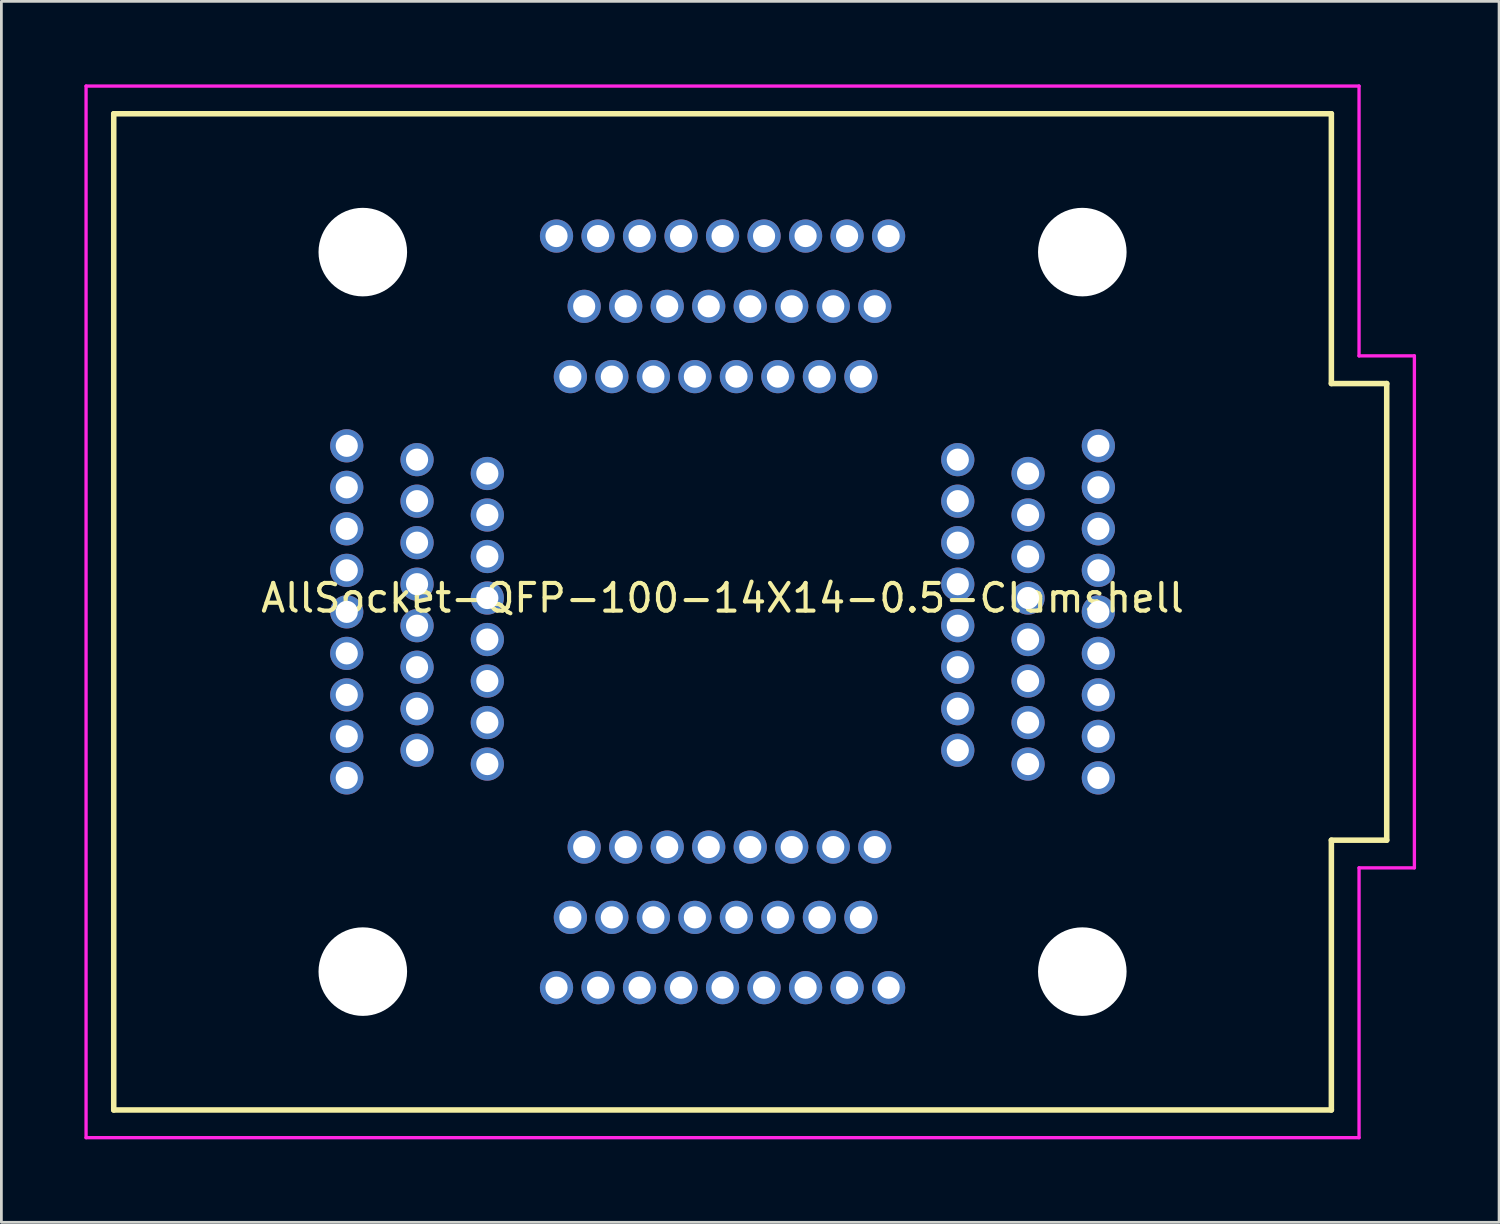
<source format=kicad_pcb>
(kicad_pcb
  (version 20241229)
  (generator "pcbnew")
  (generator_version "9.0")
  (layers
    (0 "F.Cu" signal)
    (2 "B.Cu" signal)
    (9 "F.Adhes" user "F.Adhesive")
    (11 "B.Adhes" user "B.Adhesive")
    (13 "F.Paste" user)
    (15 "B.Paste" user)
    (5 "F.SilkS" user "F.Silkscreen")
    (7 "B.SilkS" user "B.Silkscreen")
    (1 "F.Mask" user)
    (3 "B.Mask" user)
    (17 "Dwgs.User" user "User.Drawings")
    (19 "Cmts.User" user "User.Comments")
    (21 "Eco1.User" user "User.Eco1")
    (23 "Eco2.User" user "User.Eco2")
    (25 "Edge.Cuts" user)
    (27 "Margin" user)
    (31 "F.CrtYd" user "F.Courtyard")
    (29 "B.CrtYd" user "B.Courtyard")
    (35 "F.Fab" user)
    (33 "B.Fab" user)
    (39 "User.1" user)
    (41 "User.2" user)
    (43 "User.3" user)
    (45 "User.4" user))
  (footprint "AllSocket-QFP-100-14X14-0.5-Clamshell"
    (layer "F.Cu")
    (at 23.06 19.06)
    (property "Reference" "AllSocket-QFP-100-14X14-0.5-Clamshell" (at 0 -0.5 0) (unlocked yes) (layer "F.SilkS") (effects (font (size 1 1) (thickness 0.15))))
    (attr through_hole)
    (fp_line (start -22 -18) (end 22 -18) (stroke (width 0.2) (type default)) (layer "F.SilkS"))
    (fp_line (start -22 18) (end -22 -18) (stroke (width 0.2) (type default)) (layer "F.SilkS"))
    (fp_line (start 22 -18) (end 22 -8.25) (stroke (width 0.2) (type default)) (layer "F.SilkS"))
    (fp_line (start 22 -8.25) (end 24 -8.25) (stroke (width 0.2) (type default)) (layer "F.SilkS"))
    (fp_line (start 22 8.25) (end 22 18) (stroke (width 0.2) (type default)) (layer "F.SilkS"))
    (fp_line (start 22 8.25) (end 24 8.25) (stroke (width 0.2) (type default)) (layer "F.SilkS"))
    (fp_line (start 22 18) (end -22 18) (stroke (width 0.2) (type default)) (layer "F.SilkS"))
    (fp_line (start 24 8.25) (end 24 -8.25) (stroke (width 0.2) (type default)) (layer "F.SilkS"))
    (fp_line (start -23 -19) (end 23 -19) (stroke (width 0.12) (type default)) (layer "F.CrtYd"))
    (fp_line (start -23 19) (end -23 -19) (stroke (width 0.12) (type default)) (layer "F.CrtYd"))
    (fp_line (start 23 -19) (end 23 -9.25) (stroke (width 0.12) (type default)) (layer "F.CrtYd"))
    (fp_line (start 23 -9.25) (end 25 -9.25) (stroke (width 0.12) (type default)) (layer "F.CrtYd"))
    (fp_line (start 23 9.25) (end 23 19) (stroke (width 0.12) (type default)) (layer "F.CrtYd"))
    (fp_line (start 23 9.25) (end 25 9.25) (stroke (width 0.12) (type default)) (layer "F.CrtYd"))
    (fp_line (start 23 19) (end -23 19) (stroke (width 0.12) (type default)) (layer "F.CrtYd"))
    (fp_line (start 25 9.25) (end 25 -9.25) (stroke (width 0.12) (type default)) (layer "F.CrtYd"))
    (pad "" np_thru_hole circle (at -13 -13) (size 3.2 3.2) (drill 3.6) (layers "*.Cu" "*.Mask"))
    (pad "" np_thru_hole circle (at -13 13) (size 3.2 3.2) (drill 3.6) (layers "*.Cu" "*.Mask"))
    (pad "" np_thru_hole circle (at 13 -13) (size 3.2 3.2) (drill 3.6) (layers "*.Cu" "*.Mask"))
    (pad "" np_thru_hole circle (at 13 13) (size 3.2 3.2) (drill 3.6) (layers "*.Cu" "*.Mask"))
    (pad "1" thru_hole circle (at -13.58 -6 90) (size 1.2 1.2) (drill 0.8) (layers "*.Cu" "*.Mask"))
    (pad "1" thru_hole circle (at -13.58 -4.5 90) (size 1.2 1.2) (drill 0.8) (layers "*.Cu" "*.Mask"))
    (pad "1" thru_hole circle (at -13.58 -3 90) (size 1.2 1.2) (drill 0.8) (layers "*.Cu" "*.Mask"))
    (pad "1" thru_hole circle (at -13.58 -1.5 90) (size 1.2 1.2) (drill 0.8) (layers "*.Cu" "*.Mask"))
    (pad "1" thru_hole circle (at -13.58 0 90) (size 1.2 1.2) (drill 0.8) (layers "*.Cu" "*.Mask"))
    (pad "1" thru_hole circle (at -13.58 1.5 90) (size 1.2 1.2) (drill 0.8) (layers "*.Cu" "*.Mask"))
    (pad "1" thru_hole circle (at -13.58 3 90) (size 1.2 1.2) (drill 0.8) (layers "*.Cu" "*.Mask"))
    (pad "1" thru_hole circle (at -13.58 4.5 90) (size 1.2 1.2) (drill 0.8) (layers "*.Cu" "*.Mask"))
    (pad "1" thru_hole circle (at -13.58 6 90) (size 1.2 1.2) (drill 0.8) (layers "*.Cu" "*.Mask"))
    (pad "1" thru_hole circle (at -11.04 -5.5 90) (size 1.2 1.2) (drill 0.8) (layers "*.Cu" "*.Mask"))
    (pad "1" thru_hole circle (at -11.04 -4 90) (size 1.2 1.2) (drill 0.8) (layers "*.Cu" "*.Mask"))
    (pad "1" thru_hole circle (at -11.04 -2.5 90) (size 1.2 1.2) (drill 0.8) (layers "*.Cu" "*.Mask"))
    (pad "1" thru_hole circle (at -11.04 -1 90) (size 1.2 1.2) (drill 0.8) (layers "*.Cu" "*.Mask"))
    (pad "1" thru_hole circle (at -11.04 0.5 90) (size 1.2 1.2) (drill 0.8) (layers "*.Cu" "*.Mask"))
    (pad "1" thru_hole circle (at -11.04 2 90) (size 1.2 1.2) (drill 0.8) (layers "*.Cu" "*.Mask"))
    (pad "1" thru_hole circle (at -11.04 3.5 90) (size 1.2 1.2) (drill 0.8) (layers "*.Cu" "*.Mask"))
    (pad "1" thru_hole circle (at -11.04 5 90) (size 1.2 1.2) (drill 0.8) (layers "*.Cu" "*.Mask"))
    (pad "1" thru_hole circle (at -8.5 -5 90) (size 1.2 1.2) (drill 0.8) (layers "*.Cu" "*.Mask"))
    (pad "1" thru_hole circle (at -8.5 -3.5 90) (size 1.2 1.2) (drill 0.8) (layers "*.Cu" "*.Mask"))
    (pad "1" thru_hole circle (at -8.5 -2 90) (size 1.2 1.2) (drill 0.8) (layers "*.Cu" "*.Mask"))
    (pad "1" thru_hole circle (at -8.5 -0.5 90) (size 1.2 1.2) (drill 0.8) (layers "*.Cu" "*.Mask"))
    (pad "1" thru_hole circle (at -8.5 1 90) (size 1.2 1.2) (drill 0.8) (layers "*.Cu" "*.Mask"))
    (pad "1" thru_hole circle (at -8.5 2.5 90) (size 1.2 1.2) (drill 0.8) (layers "*.Cu" "*.Mask"))
    (pad "1" thru_hole circle (at -8.5 4 90) (size 1.2 1.2) (drill 0.8) (layers "*.Cu" "*.Mask"))
    (pad "1" thru_hole circle (at -8.5 5.5 90) (size 1.2 1.2) (drill 0.8) (layers "*.Cu" "*.Mask"))
    (pad "1" thru_hole circle (at -6 -13.58) (size 1.2 1.2) (drill 0.8) (layers "*.Cu" "*.Mask"))
    (pad "1" thru_hole circle (at -6 13.58 180) (size 1.2 1.2) (drill 0.8) (layers "*.Cu" "*.Mask"))
    (pad "1" thru_hole circle (at -5.5 -8.5) (size 1.2 1.2) (drill 0.8) (layers "*.Cu" "*.Mask"))
    (pad "1" thru_hole circle (at -5.5 11.04 180) (size 1.2 1.2) (drill 0.8) (layers "*.Cu" "*.Mask"))
    (pad "1" thru_hole circle (at -5 -11.04) (size 1.2 1.2) (drill 0.8) (layers "*.Cu" "*.Mask"))
    (pad "1" thru_hole circle (at -5 8.5 180) (size 1.2 1.2) (drill 0.8) (layers "*.Cu" "*.Mask"))
    (pad "1" thru_hole circle (at -4.5 -13.58) (size 1.2 1.2) (drill 0.8) (layers "*.Cu" "*.Mask"))
    (pad "1" thru_hole circle (at -4.5 13.58 180) (size 1.2 1.2) (drill 0.8) (layers "*.Cu" "*.Mask"))
    (pad "1" thru_hole circle (at -4 -8.5) (size 1.2 1.2) (drill 0.8) (layers "*.Cu" "*.Mask"))
    (pad "1" thru_hole circle (at -4 11.04 180) (size 1.2 1.2) (drill 0.8) (layers "*.Cu" "*.Mask"))
    (pad "1" thru_hole circle (at -3.5 -11.04) (size 1.2 1.2) (drill 0.8) (layers "*.Cu" "*.Mask"))
    (pad "1" thru_hole circle (at -3.5 8.5 180) (size 1.2 1.2) (drill 0.8) (layers "*.Cu" "*.Mask"))
    (pad "1" thru_hole circle (at -3 -13.58) (size 1.2 1.2) (drill 0.8) (layers "*.Cu" "*.Mask"))
    (pad "1" thru_hole circle (at -3 13.58 180) (size 1.2 1.2) (drill 0.8) (layers "*.Cu" "*.Mask"))
    (pad "1" thru_hole circle (at -2.5 -8.5) (size 1.2 1.2) (drill 0.8) (layers "*.Cu" "*.Mask"))
    (pad "1" thru_hole circle (at -2.5 11.04 180) (size 1.2 1.2) (drill 0.8) (layers "*.Cu" "*.Mask"))
    (pad "1" thru_hole circle (at -2 -11.04) (size 1.2 1.2) (drill 0.8) (layers "*.Cu" "*.Mask"))
    (pad "1" thru_hole circle (at -2 8.5 180) (size 1.2 1.2) (drill 0.8) (layers "*.Cu" "*.Mask"))
    (pad "1" thru_hole circle (at -1.5 -13.58) (size 1.2 1.2) (drill 0.8) (layers "*.Cu" "*.Mask"))
    (pad "1" thru_hole circle (at -1.5 13.58 180) (size 1.2 1.2) (drill 0.8) (layers "*.Cu" "*.Mask"))
    (pad "1" thru_hole circle (at -1 -8.5) (size 1.2 1.2) (drill 0.8) (layers "*.Cu" "*.Mask"))
    (pad "1" thru_hole circle (at -1 11.04 180) (size 1.2 1.2) (drill 0.8) (layers "*.Cu" "*.Mask"))
    (pad "1" thru_hole circle (at -0.5 -11.04) (size 1.2 1.2) (drill 0.8) (layers "*.Cu" "*.Mask"))
    (pad "1" thru_hole circle (at -0.5 8.5 180) (size 1.2 1.2) (drill 0.8) (layers "*.Cu" "*.Mask"))
    (pad "1" thru_hole circle (at 0 -13.58) (size 1.2 1.2) (drill 0.8) (layers "*.Cu" "*.Mask"))
    (pad "1" thru_hole circle (at 0 13.58) (size 1.2 1.2) (drill 0.8) (layers "*.Cu" "*.Mask"))
    (pad "1" thru_hole circle (at 0.5 -8.5) (size 1.2 1.2) (drill 0.8) (layers "*.Cu" "*.Mask"))
    (pad "1" thru_hole circle (at 0.5 11.04 180) (size 1.2 1.2) (drill 0.8) (layers "*.Cu" "*.Mask"))
    (pad "1" thru_hole circle (at 1 -11.04) (size 1.2 1.2) (drill 0.8) (layers "*.Cu" "*.Mask"))
    (pad "1" thru_hole circle (at 1 8.5 180) (size 1.2 1.2) (drill 0.8) (layers "*.Cu" "*.Mask"))
    (pad "1" thru_hole circle (at 1.5 -13.58) (size 1.2 1.2) (drill 0.8) (layers "*.Cu" "*.Mask"))
    (pad "1" thru_hole circle (at 1.5 13.58 180) (size 1.2 1.2) (drill 0.8) (layers "*.Cu" "*.Mask"))
    (pad "1" thru_hole circle (at 2 -8.5) (size 1.2 1.2) (drill 0.8) (layers "*.Cu" "*.Mask"))
    (pad "1" thru_hole circle (at 2 11.04 180) (size 1.2 1.2) (drill 0.8) (layers "*.Cu" "*.Mask"))
    (pad "1" thru_hole circle (at 2.5 -11.04) (size 1.2 1.2) (drill 0.8) (layers "*.Cu" "*.Mask"))
    (pad "1" thru_hole circle (at 2.5 8.5 180) (size 1.2 1.2) (drill 0.8) (layers "*.Cu" "*.Mask"))
    (pad "1" thru_hole circle (at 3 -13.58) (size 1.2 1.2) (drill 0.8) (layers "*.Cu" "*.Mask"))
    (pad "1" thru_hole circle (at 3 13.58 180) (size 1.2 1.2) (drill 0.8) (layers "*.Cu" "*.Mask"))
    (pad "1" thru_hole circle (at 3.5 -8.5) (size 1.2 1.2) (drill 0.8) (layers "*.Cu" "*.Mask"))
    (pad "1" thru_hole circle (at 3.5 11.04 180) (size 1.2 1.2) (drill 0.8) (layers "*.Cu" "*.Mask"))
    (pad "1" thru_hole circle (at 4 -11.04) (size 1.2 1.2) (drill 0.8) (layers "*.Cu" "*.Mask"))
    (pad "1" thru_hole circle (at 4 8.5 180) (size 1.2 1.2) (drill 0.8) (layers "*.Cu" "*.Mask"))
    (pad "1" thru_hole circle (at 4.5 -13.58) (size 1.2 1.2) (drill 0.8) (layers "*.Cu" "*.Mask"))
    (pad "1" thru_hole circle (at 4.5 13.58 180) (size 1.2 1.2) (drill 0.8) (layers "*.Cu" "*.Mask"))
    (pad "1" thru_hole circle (at 5 -8.5) (size 1.2 1.2) (drill 0.8) (layers "*.Cu" "*.Mask"))
    (pad "1" thru_hole circle (at 5 11.04 180) (size 1.2 1.2) (drill 0.8) (layers "*.Cu" "*.Mask"))
    (pad "1" thru_hole circle (at 5.5 -11.04) (size 1.2 1.2) (drill 0.8) (layers "*.Cu" "*.Mask"))
    (pad "1" thru_hole circle (at 5.5 8.5 180) (size 1.2 1.2) (drill 0.8) (layers "*.Cu" "*.Mask"))
    (pad "1" thru_hole circle (at 6 -13.58) (size 1.2 1.2) (drill 0.8) (layers "*.Cu" "*.Mask"))
    (pad "1" thru_hole circle (at 6 13.58 180) (size 1.2 1.2) (drill 0.8) (layers "*.Cu" "*.Mask"))
    (pad "1" thru_hole circle (at 8.5 -5.5 270) (size 1.2 1.2) (drill 0.8) (layers "*.Cu" "*.Mask"))
    (pad "1" thru_hole circle (at 8.5 -4 270) (size 1.2 1.2) (drill 0.8) (layers "*.Cu" "*.Mask"))
    (pad "1" thru_hole circle (at 8.5 -2.5 270) (size 1.2 1.2) (drill 0.8) (layers "*.Cu" "*.Mask"))
    (pad "1" thru_hole circle (at 8.5 -1 270) (size 1.2 1.2) (drill 0.8) (layers "*.Cu" "*.Mask"))
    (pad "1" thru_hole circle (at 8.5 0.5 270) (size 1.2 1.2) (drill 0.8) (layers "*.Cu" "*.Mask"))
    (pad "1" thru_hole circle (at 8.5 2 270) (size 1.2 1.2) (drill 0.8) (layers "*.Cu" "*.Mask"))
    (pad "1" thru_hole circle (at 8.5 3.5 270) (size 1.2 1.2) (drill 0.8) (layers "*.Cu" "*.Mask"))
    (pad "1" thru_hole circle (at 8.5 5 270) (size 1.2 1.2) (drill 0.8) (layers "*.Cu" "*.Mask"))
    (pad "1" thru_hole circle (at 11.04 -5 270) (size 1.2 1.2) (drill 0.8) (layers "*.Cu" "*.Mask"))
    (pad "1" thru_hole circle (at 11.04 -3.5 270) (size 1.2 1.2) (drill 0.8) (layers "*.Cu" "*.Mask"))
    (pad "1" thru_hole circle (at 11.04 -2 270) (size 1.2 1.2) (drill 0.8) (layers "*.Cu" "*.Mask"))
    (pad "1" thru_hole circle (at 11.04 -0.5 270) (size 1.2 1.2) (drill 0.8) (layers "*.Cu" "*.Mask"))
    (pad "1" thru_hole circle (at 11.04 1 270) (size 1.2 1.2) (drill 0.8) (layers "*.Cu" "*.Mask"))
    (pad "1" thru_hole circle (at 11.04 2.5 270) (size 1.2 1.2) (drill 0.8) (layers "*.Cu" "*.Mask"))
    (pad "1" thru_hole circle (at 11.04 4 270) (size 1.2 1.2) (drill 0.8) (layers "*.Cu" "*.Mask"))
    (pad "1" thru_hole circle (at 11.04 5.5 270) (size 1.2 1.2) (drill 0.8) (layers "*.Cu" "*.Mask"))
    (pad "1" thru_hole circle (at 13.58 -6 270) (size 1.2 1.2) (drill 0.8) (layers "*.Cu" "*.Mask"))
    (pad "1" thru_hole circle (at 13.58 -4.5 270) (size 1.2 1.2) (drill 0.8) (layers "*.Cu" "*.Mask"))
    (pad "1" thru_hole circle (at 13.58 -3 270) (size 1.2 1.2) (drill 0.8) (layers "*.Cu" "*.Mask"))
    (pad "1" thru_hole circle (at 13.58 -1.5 270) (size 1.2 1.2) (drill 0.8) (layers "*.Cu" "*.Mask"))
    (pad "1" thru_hole circle (at 13.58 0 90) (size 1.2 1.2) (drill 0.8) (layers "*.Cu" "*.Mask"))
    (pad "1" thru_hole circle (at 13.58 1.5 270) (size 1.2 1.2) (drill 0.8) (layers "*.Cu" "*.Mask"))
    (pad "1" thru_hole circle (at 13.58 3 270) (size 1.2 1.2) (drill 0.8) (layers "*.Cu" "*.Mask"))
    (pad "1" thru_hole circle (at 13.58 4.5 270) (size 1.2 1.2) (drill 0.8) (layers "*.Cu" "*.Mask"))
    (pad "1" thru_hole circle (at 13.58 6 270) (size 1.2 1.2) (drill 0.8) (layers "*.Cu" "*.Mask")))
  (gr_rect
    (start -3 -3)
    (end 51.12 41.12)
    (stroke (width 0.1) (type default))
    (fill no)
    (layer "Edge.Cuts")))
</source>
